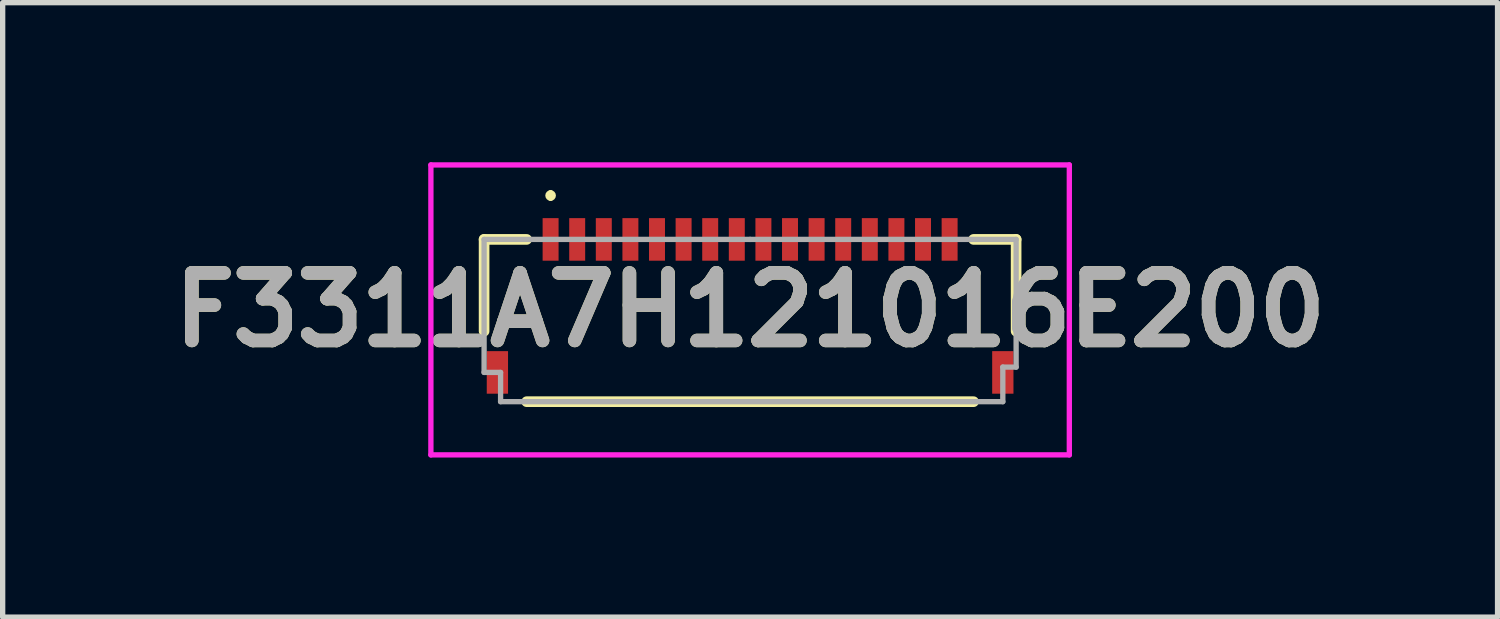
<source format=kicad_pcb>
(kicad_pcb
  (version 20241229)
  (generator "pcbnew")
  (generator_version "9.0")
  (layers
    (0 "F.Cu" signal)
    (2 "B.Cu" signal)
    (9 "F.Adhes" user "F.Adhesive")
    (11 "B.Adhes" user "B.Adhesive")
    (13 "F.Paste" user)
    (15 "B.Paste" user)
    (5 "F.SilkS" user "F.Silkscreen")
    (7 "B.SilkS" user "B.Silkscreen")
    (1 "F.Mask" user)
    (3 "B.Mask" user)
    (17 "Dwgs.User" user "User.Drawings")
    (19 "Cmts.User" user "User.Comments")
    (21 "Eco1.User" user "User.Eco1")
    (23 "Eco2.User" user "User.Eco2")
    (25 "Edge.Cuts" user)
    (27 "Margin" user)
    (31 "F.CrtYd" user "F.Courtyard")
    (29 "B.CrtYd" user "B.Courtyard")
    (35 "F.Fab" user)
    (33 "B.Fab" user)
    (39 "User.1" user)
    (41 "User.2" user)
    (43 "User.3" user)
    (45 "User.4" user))
  (footprint "F3311A7H121016E200"
    (layer "F.Cu")
    (at 11.049 2.975)
    (property "Reference" "F3311A7H121016E200" (at 0 -0.2 0) (layer "F.SilkS") (effects (font (size 1.27 1.27) (thickness 0.254))))
    (attr smd)
    (fp_line (start -5 -1.525) (end -5 0.2) (stroke (width 0.2) (type solid)) (layer "F.SilkS"))
    (fp_line (start -4.2 -1.525) (end -5 -1.525) (stroke (width 0.2) (type solid)) (layer "F.SilkS"))
    (fp_line (start -3.75 -2.4) (end -3.75 -2.4) (stroke (width 0.1) (type solid)) (layer "F.SilkS"))
    (fp_line (start -3.75 -2.3) (end -3.75 -2.3) (stroke (width 0.1) (type solid)) (layer "F.SilkS"))
    (fp_line (start 4.2 -1.525) (end 5 -1.525) (stroke (width 0.2) (type solid)) (layer "F.SilkS"))
    (fp_line (start 4.2 1.525) (end -4.2 1.525) (stroke (width 0.2) (type solid)) (layer "F.SilkS"))
    (fp_line (start 5 -1.525) (end 5 0.2) (stroke (width 0.2) (type solid)) (layer "F.SilkS"))
    (fp_arc (start -3.75 -2.4) (mid -3.7 -2.35) (end -3.75 -2.3) (stroke (width 0.1) (type solid)) (layer "F.SilkS"))
    (fp_arc (start -3.75 -2.3) (mid -3.8 -2.35) (end -3.75 -2.4) (stroke (width 0.1) (type solid)) (layer "F.SilkS"))
    (fp_line (start -6 -2.925) (end 6 -2.925) (stroke (width 0.1) (type solid)) (layer "F.CrtYd"))
    (fp_line (start -6 2.525) (end -6 -2.925) (stroke (width 0.1) (type solid)) (layer "F.CrtYd"))
    (fp_line (start 6 -2.925) (end 6 2.525) (stroke (width 0.1) (type solid)) (layer "F.CrtYd"))
    (fp_line (start 6 2.525) (end -6 2.525) (stroke (width 0.1) (type solid)) (layer "F.CrtYd"))
    (fp_line (start -5 -1.525) (end 0 -1.525) (stroke (width 0.1) (type solid)) (layer "F.Fab"))
    (fp_line (start -5 0.975) (end -5 -1.525) (stroke (width 0.1) (type solid)) (layer "F.Fab"))
    (fp_line (start -4.69 0.975) (end -5 0.975) (stroke (width 0.1) (type solid)) (layer "F.Fab"))
    (fp_line (start -4.69 1.525) (end -4.69 0.975) (stroke (width 0.1) (type solid)) (layer "F.Fab"))
    (fp_line (start 0 -1.525) (end 5 -1.525) (stroke (width 0.1) (type solid)) (layer "F.Fab"))
    (fp_line (start 4.75 0.875) (end 4.75 1.525) (stroke (width 0.1) (type solid)) (layer "F.Fab"))
    (fp_line (start 4.75 1.525) (end -4.69 1.525) (stroke (width 0.1) (type solid)) (layer "F.Fab"))
    (fp_line (start 5 -1.525) (end 5 0.875) (stroke (width 0.1) (type solid)) (layer "F.Fab"))
    (fp_line (start 5 0.875) (end 4.75 0.875) (stroke (width 0.1) (type solid)) (layer "F.Fab"))
    (fp_text user "${REFERENCE}" (at 0 -0.2 0) (layer "F.Fab") (effects (font (size 1.27 1.27) (thickness 0.254))))
    (pad "1" smd rect (at -3.75 -1.525) (size 0.3 0.8) (layers "F.Cu" "F.Mask" "F.Paste"))
    (pad "2" smd rect (at -3.25 -1.525) (size 0.3 0.8) (layers "F.Cu" "F.Mask" "F.Paste"))
    (pad "3" smd rect (at -2.75 -1.525) (size 0.3 0.8) (layers "F.Cu" "F.Mask" "F.Paste"))
    (pad "4" smd rect (at -2.25 -1.525) (size 0.3 0.8) (layers "F.Cu" "F.Mask" "F.Paste"))
    (pad "5" smd rect (at -1.75 -1.525) (size 0.3 0.8) (layers "F.Cu" "F.Mask" "F.Paste"))
    (pad "6" smd rect (at -1.25 -1.525) (size 0.3 0.8) (layers "F.Cu" "F.Mask" "F.Paste"))
    (pad "7" smd rect (at -0.75 -1.525) (size 0.3 0.8) (layers "F.Cu" "F.Mask" "F.Paste"))
    (pad "8" smd rect (at -0.25 -1.525) (size 0.3 0.8) (layers "F.Cu" "F.Mask" "F.Paste"))
    (pad "9" smd rect (at 0.25 -1.525) (size 0.3 0.8) (layers "F.Cu" "F.Mask" "F.Paste"))
    (pad "10" smd rect (at 0.75 -1.525) (size 0.3 0.8) (layers "F.Cu" "F.Mask" "F.Paste"))
    (pad "11" smd rect (at 1.25 -1.525) (size 0.3 0.8) (layers "F.Cu" "F.Mask" "F.Paste"))
    (pad "12" smd rect (at 1.75 -1.525) (size 0.3 0.8) (layers "F.Cu" "F.Mask" "F.Paste"))
    (pad "13" smd rect (at 2.25 -1.525) (size 0.3 0.8) (layers "F.Cu" "F.Mask" "F.Paste"))
    (pad "14" smd rect (at 2.75 -1.525) (size 0.3 0.8) (layers "F.Cu" "F.Mask" "F.Paste"))
    (pad "15" smd rect (at 3.25 -1.525) (size 0.3 0.8) (layers "F.Cu" "F.Mask" "F.Paste"))
    (pad "16" smd rect (at 3.75 -1.525) (size 0.3 0.8) (layers "F.Cu" "F.Mask" "F.Paste"))
    (pad "17" smd rect (at -4.75 0.975) (size 0.4 0.8) (layers "F.Cu" "F.Mask" "F.Paste"))
    (pad "18" smd rect (at 4.75 0.975) (size 0.4 0.8) (layers "F.Cu" "F.Mask" "F.Paste")))
  (gr_rect
    (start -3 -3)
    (end 25.098 8.55)
    (stroke (width 0.1) (type default))
    (fill no)
    (layer "Edge.Cuts")))
</source>
